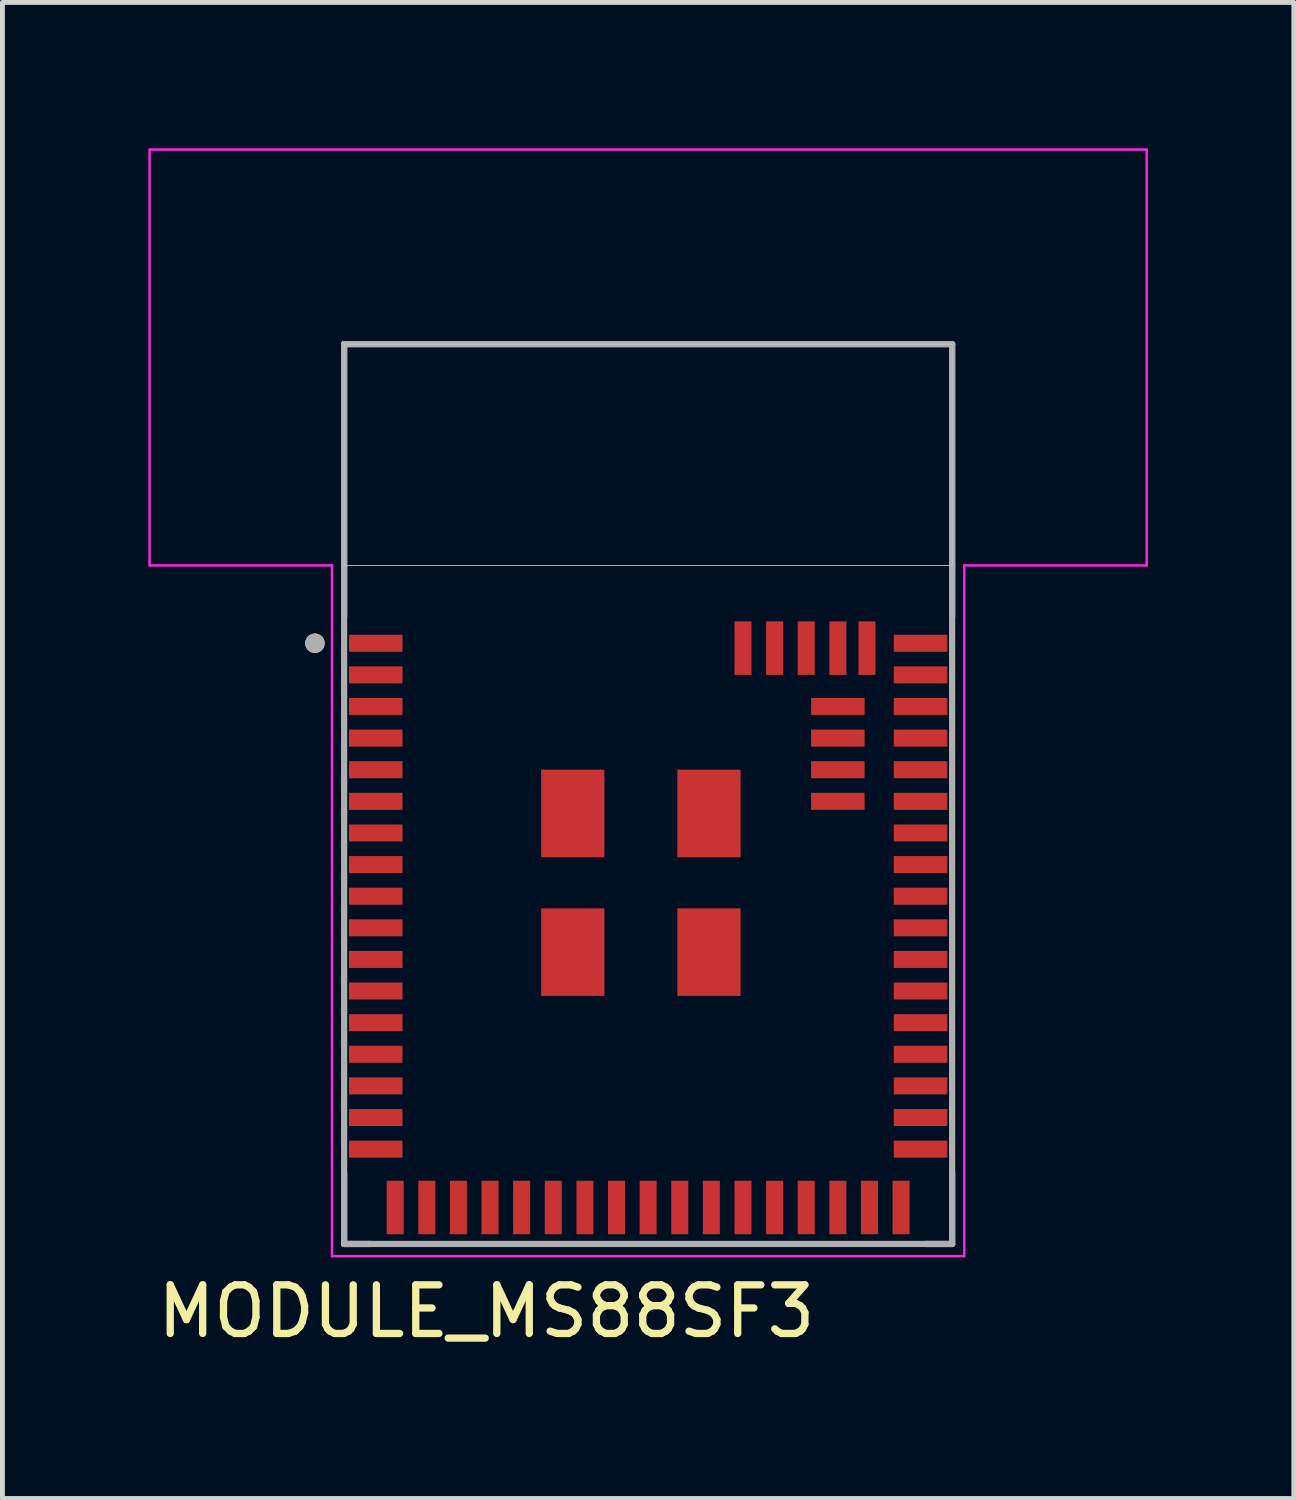
<source format=kicad_pcb>
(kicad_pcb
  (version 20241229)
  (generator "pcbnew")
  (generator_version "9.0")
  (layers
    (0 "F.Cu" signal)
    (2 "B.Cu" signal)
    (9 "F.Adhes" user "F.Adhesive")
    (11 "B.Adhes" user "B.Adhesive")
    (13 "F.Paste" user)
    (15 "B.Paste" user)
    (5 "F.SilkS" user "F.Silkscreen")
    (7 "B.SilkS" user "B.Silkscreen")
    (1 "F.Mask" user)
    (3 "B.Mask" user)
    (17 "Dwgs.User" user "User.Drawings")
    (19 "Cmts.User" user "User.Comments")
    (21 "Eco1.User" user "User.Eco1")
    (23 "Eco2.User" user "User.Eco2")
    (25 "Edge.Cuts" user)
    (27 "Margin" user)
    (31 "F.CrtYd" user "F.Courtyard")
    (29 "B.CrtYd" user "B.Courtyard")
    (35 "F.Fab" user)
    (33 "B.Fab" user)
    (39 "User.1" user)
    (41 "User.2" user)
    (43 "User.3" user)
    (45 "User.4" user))
  (footprint "MODULE_MS88SF3"
    (layer "F.Cu")
    (at 10.275 13.275)
    (property "Reference" "MODULE_MS88SF3" (at -3.325 10.635 0) (layer "F.SilkS") (effects (font (size 1 1) (thickness 0.15))))
    (attr through_hole)
    (fp_line (start -6.25 -9.25) (end 6.25 -9.25) (stroke (width 0.127) (type solid)) (layer "F.SilkS"))
    (fp_line (start -6.25 -3.65) (end -6.25 -9.25) (stroke (width 0.127) (type solid)) (layer "F.SilkS"))
    (fp_line (start -6.25 9.25) (end -6.25 7.8) (stroke (width 0.127) (type solid)) (layer "F.SilkS"))
    (fp_line (start -5.695 9.25) (end -6.25 9.25) (stroke (width 0.127) (type solid)) (layer "F.SilkS"))
    (fp_line (start 6.25 -9.25) (end 6.25 -3.65) (stroke (width 0.127) (type solid)) (layer "F.SilkS"))
    (fp_line (start 6.25 9.25) (end 5.695 9.25) (stroke (width 0.127) (type solid)) (layer "F.SilkS"))
    (fp_line (start 6.25 9.25) (end 6.25 7.8) (stroke (width 0.127) (type solid)) (layer "F.SilkS"))
    (fp_circle (center -6.85 -3.1) (end -6.75 -3.1) (stroke (width 0.2) (type solid)) (fill no) (layer "F.SilkS"))
    (fp_poly (pts (xy -6.25 -9.25) (xy 6.25 -9.25) (xy 6.25 -4.7) (xy -6.25 -4.7)) (stroke (width 0.01) (type solid)) (fill no) (layer "Dwgs.User"))
    (fp_poly (pts (xy -6.25 -9.25) (xy 6.25 -9.25) (xy 6.25 -4.7) (xy -6.25 -4.7)) (stroke (width 0.01) (type solid)) (fill no) (layer "Dwgs.User"))
    (fp_poly (pts (xy -6.25 -9.25) (xy 6.25 -9.25) (xy 6.25 -4.7) (xy -6.25 -4.7)) (stroke (width 0.01) (type solid)) (fill no) (layer "Dwgs.User"))
    (fp_line (start -10.25 -13.25) (end 10.25 -13.25) (stroke (width 0.05) (type solid)) (layer "F.CrtYd"))
    (fp_line (start -10.25 -4.7) (end -10.25 -13.25) (stroke (width 0.05) (type solid)) (layer "F.CrtYd"))
    (fp_line (start -6.5 -4.7) (end -10.25 -4.7) (stroke (width 0.05) (type solid)) (layer "F.CrtYd"))
    (fp_line (start -6.5 -4.7) (end -6.5 9.5) (stroke (width 0.05) (type solid)) (layer "F.CrtYd"))
    (fp_line (start -6.5 9.5) (end 6.5 9.5) (stroke (width 0.05) (type solid)) (layer "F.CrtYd"))
    (fp_line (start 6.5 9.5) (end 6.5 -4.7) (stroke (width 0.05) (type solid)) (layer "F.CrtYd"))
    (fp_line (start 10.25 -13.25) (end 10.25 -4.7) (stroke (width 0.05) (type solid)) (layer "F.CrtYd"))
    (fp_line (start 10.25 -4.7) (end 6.5 -4.7) (stroke (width 0.05) (type solid)) (layer "F.CrtYd"))
    (fp_line (start -6.25 -9.25) (end 6.25 -9.25) (stroke (width 0.127) (type solid)) (layer "F.Fab"))
    (fp_line (start -6.25 -4.7) (end -6.25 -9.25) (stroke (width 0.127) (type solid)) (layer "F.Fab"))
    (fp_line (start -6.25 9.25) (end -6.25 -4.7) (stroke (width 0.127) (type solid)) (layer "F.Fab"))
    (fp_line (start 6.25 -9.25) (end 6.25 -4.7) (stroke (width 0.127) (type solid)) (layer "F.Fab"))
    (fp_line (start 6.25 -4.7) (end 6.25 9.25) (stroke (width 0.127) (type solid)) (layer "F.Fab"))
    (fp_line (start 6.25 9.25) (end -6.25 9.25) (stroke (width 0.127) (type solid)) (layer "F.Fab"))
    (fp_circle (center -6.85 -3.1) (end -6.75 -3.1) (stroke (width 0.2) (type solid)) (fill no) (layer "F.Fab"))
    (pad "1" smd rect (at -5.6 -3.1) (size 1.1 0.35) (layers "F.Cu" "F.Mask" "F.Paste"))
    (pad "2" smd rect (at -5.6 -2.45) (size 1.1 0.35) (layers "F.Cu" "F.Mask" "F.Paste"))
    (pad "3" smd rect (at -5.6 -1.8) (size 1.1 0.35) (layers "F.Cu" "F.Mask" "F.Paste"))
    (pad "4" smd rect (at -5.6 -1.15) (size 1.1 0.35) (layers "F.Cu" "F.Mask" "F.Paste"))
    (pad "5" smd rect (at -5.6 -0.5) (size 1.1 0.35) (layers "F.Cu" "F.Mask" "F.Paste"))
    (pad "6" smd rect (at -5.6 0.15) (size 1.1 0.35) (layers "F.Cu" "F.Mask" "F.Paste"))
    (pad "7" smd rect (at -5.6 0.8) (size 1.1 0.35) (layers "F.Cu" "F.Mask" "F.Paste"))
    (pad "8" smd rect (at -5.6 1.45) (size 1.1 0.35) (layers "F.Cu" "F.Mask" "F.Paste"))
    (pad "9" smd rect (at -5.6 2.1) (size 1.1 0.35) (layers "F.Cu" "F.Mask" "F.Paste"))
    (pad "10" smd rect (at -5.6 2.75) (size 1.1 0.35) (layers "F.Cu" "F.Mask" "F.Paste"))
    (pad "11" smd rect (at -5.6 3.4) (size 1.1 0.35) (layers "F.Cu" "F.Mask" "F.Paste"))
    (pad "12" smd rect (at -5.6 4.05) (size 1.1 0.35) (layers "F.Cu" "F.Mask" "F.Paste"))
    (pad "13" smd rect (at -5.6 4.7) (size 1.1 0.35) (layers "F.Cu" "F.Mask" "F.Paste"))
    (pad "14" smd rect (at -5.6 5.35) (size 1.1 0.35) (layers "F.Cu" "F.Mask" "F.Paste"))
    (pad "15" smd rect (at -5.6 6) (size 1.1 0.35) (layers "F.Cu" "F.Mask" "F.Paste"))
    (pad "16" smd rect (at -5.6 6.65) (size 1.1 0.35) (layers "F.Cu" "F.Mask" "F.Paste"))
    (pad "17" smd rect (at -5.6 7.3) (size 1.1 0.35) (layers "F.Cu" "F.Mask" "F.Paste"))
    (pad "18" smd rect (at -5.2 8.5) (size 0.35 1.1) (layers "F.Cu" "F.Mask" "F.Paste"))
    (pad "19" smd rect (at -4.55 8.5) (size 0.35 1.1) (layers "F.Cu" "F.Mask" "F.Paste"))
    (pad "20" smd rect (at -3.9 8.5) (size 0.35 1.1) (layers "F.Cu" "F.Mask" "F.Paste"))
    (pad "21" smd rect (at -3.25 8.5) (size 0.35 1.1) (layers "F.Cu" "F.Mask" "F.Paste"))
    (pad "22" smd rect (at -2.6 8.5) (size 0.35 1.1) (layers "F.Cu" "F.Mask" "F.Paste"))
    (pad "23" smd rect (at -1.95 8.5) (size 0.35 1.1) (layers "F.Cu" "F.Mask" "F.Paste"))
    (pad "24" smd rect (at -1.3 8.5) (size 0.35 1.1) (layers "F.Cu" "F.Mask" "F.Paste"))
    (pad "25" smd rect (at -0.65 8.5) (size 0.35 1.1) (layers "F.Cu" "F.Mask" "F.Paste"))
    (pad "26" smd rect (at 0 8.5) (size 0.35 1.1) (layers "F.Cu" "F.Mask" "F.Paste"))
    (pad "27" smd rect (at 0.65 8.5) (size 0.35 1.1) (layers "F.Cu" "F.Mask" "F.Paste"))
    (pad "28" smd rect (at 1.3 8.5) (size 0.35 1.1) (layers "F.Cu" "F.Mask" "F.Paste"))
    (pad "29" smd rect (at 1.95 8.5) (size 0.35 1.1) (layers "F.Cu" "F.Mask" "F.Paste"))
    (pad "30" smd rect (at 2.6 8.5) (size 0.35 1.1) (layers "F.Cu" "F.Mask" "F.Paste"))
    (pad "31" smd rect (at 3.25 8.5) (size 0.35 1.1) (layers "F.Cu" "F.Mask" "F.Paste"))
    (pad "32" smd rect (at 3.9 8.5) (size 0.35 1.1) (layers "F.Cu" "F.Mask" "F.Paste"))
    (pad "33" smd rect (at 4.55 8.5) (size 0.35 1.1) (layers "F.Cu" "F.Mask" "F.Paste"))
    (pad "34" smd rect (at 5.2 8.5) (size 0.35 1.1) (layers "F.Cu" "F.Mask" "F.Paste"))
    (pad "35" smd rect (at 5.6 7.3) (size 1.1 0.35) (layers "F.Cu" "F.Mask" "F.Paste"))
    (pad "36" smd rect (at 5.6 6.65) (size 1.1 0.35) (layers "F.Cu" "F.Mask" "F.Paste"))
    (pad "37" smd rect (at 5.6 6) (size 1.1 0.35) (layers "F.Cu" "F.Mask" "F.Paste"))
    (pad "38" smd rect (at 5.6 5.35) (size 1.1 0.35) (layers "F.Cu" "F.Mask" "F.Paste"))
    (pad "39" smd rect (at 5.6 4.7) (size 1.1 0.35) (layers "F.Cu" "F.Mask" "F.Paste"))
    (pad "40" smd rect (at 5.6 4.05) (size 1.1 0.35) (layers "F.Cu" "F.Mask" "F.Paste"))
    (pad "41" smd rect (at 5.6 3.4) (size 1.1 0.35) (layers "F.Cu" "F.Mask" "F.Paste"))
    (pad "42" smd rect (at 5.6 2.75) (size 1.1 0.35) (layers "F.Cu" "F.Mask" "F.Paste"))
    (pad "43" smd rect (at 5.6 2.1) (size 1.1 0.35) (layers "F.Cu" "F.Mask" "F.Paste"))
    (pad "44" smd rect (at 5.6 1.45) (size 1.1 0.35) (layers "F.Cu" "F.Mask" "F.Paste"))
    (pad "45" smd rect (at 5.6 0.8) (size 1.1 0.35) (layers "F.Cu" "F.Mask" "F.Paste"))
    (pad "46" smd rect (at 5.6 0.15) (size 1.1 0.35) (layers "F.Cu" "F.Mask" "F.Paste"))
    (pad "47" smd rect (at 5.6 -0.5) (size 1.1 0.35) (layers "F.Cu" "F.Mask" "F.Paste"))
    (pad "48" smd rect (at 5.6 -1.15) (size 1.1 0.35) (layers "F.Cu" "F.Mask" "F.Paste"))
    (pad "49" smd rect (at 5.6 -1.8) (size 1.1 0.35) (layers "F.Cu" "F.Mask" "F.Paste"))
    (pad "50" smd rect (at 5.6 -2.45) (size 1.1 0.35) (layers "F.Cu" "F.Mask" "F.Paste"))
    (pad "51" smd rect (at 5.6 -3.1) (size 1.1 0.35) (layers "F.Cu" "F.Mask" "F.Paste"))
    (pad "52" smd rect (at 4.5 -3) (size 0.35 1.1) (layers "F.Cu" "F.Mask" "F.Paste"))
    (pad "53" smd rect (at 3.9 -3) (size 0.35 1.1) (layers "F.Cu" "F.Mask" "F.Paste"))
    (pad "54" smd rect (at 3.25 -3) (size 0.35 1.1) (layers "F.Cu" "F.Mask" "F.Paste"))
    (pad "55" smd rect (at 2.6 -3) (size 0.35 1.1) (layers "F.Cu" "F.Mask" "F.Paste"))
    (pad "56" smd rect (at 1.95 -3) (size 0.35 1.1) (layers "F.Cu" "F.Mask" "F.Paste"))
    (pad "57" smd rect (at 3.9 -1.8) (size 1.1 0.35) (layers "F.Cu" "F.Mask" "F.Paste"))
    (pad "58" smd rect (at 3.9 -1.15) (size 1.1 0.35) (layers "F.Cu" "F.Mask" "F.Paste"))
    (pad "59" smd rect (at 3.9 -0.5) (size 1.1 0.35) (layers "F.Cu" "F.Mask" "F.Paste"))
    (pad "60" smd rect (at 3.9 0.15) (size 1.1 0.35) (layers "F.Cu" "F.Mask" "F.Paste"))
    (pad "61" smd rect (at 1.25 0.4) (size 1.3 1.8) (layers "F.Cu" "F.Mask" "F.Paste"))
    (pad "62" smd rect (at 1.25 3.25) (size 1.3 1.8) (layers "F.Cu" "F.Mask" "F.Paste"))
    (pad "63" smd rect (at -1.55 3.25) (size 1.3 1.8) (layers "F.Cu" "F.Mask" "F.Paste"))
    (pad "64" smd rect (at -1.55 0.4) (size 1.3 1.8) (layers "F.Cu" "F.Mask" "F.Paste")))
  (gr_rect
    (start -3 -3)
    (end 23.55 27.758)
    (stroke (width 0.1) (type default))
    (fill no)
    (layer "Edge.Cuts")))
</source>
